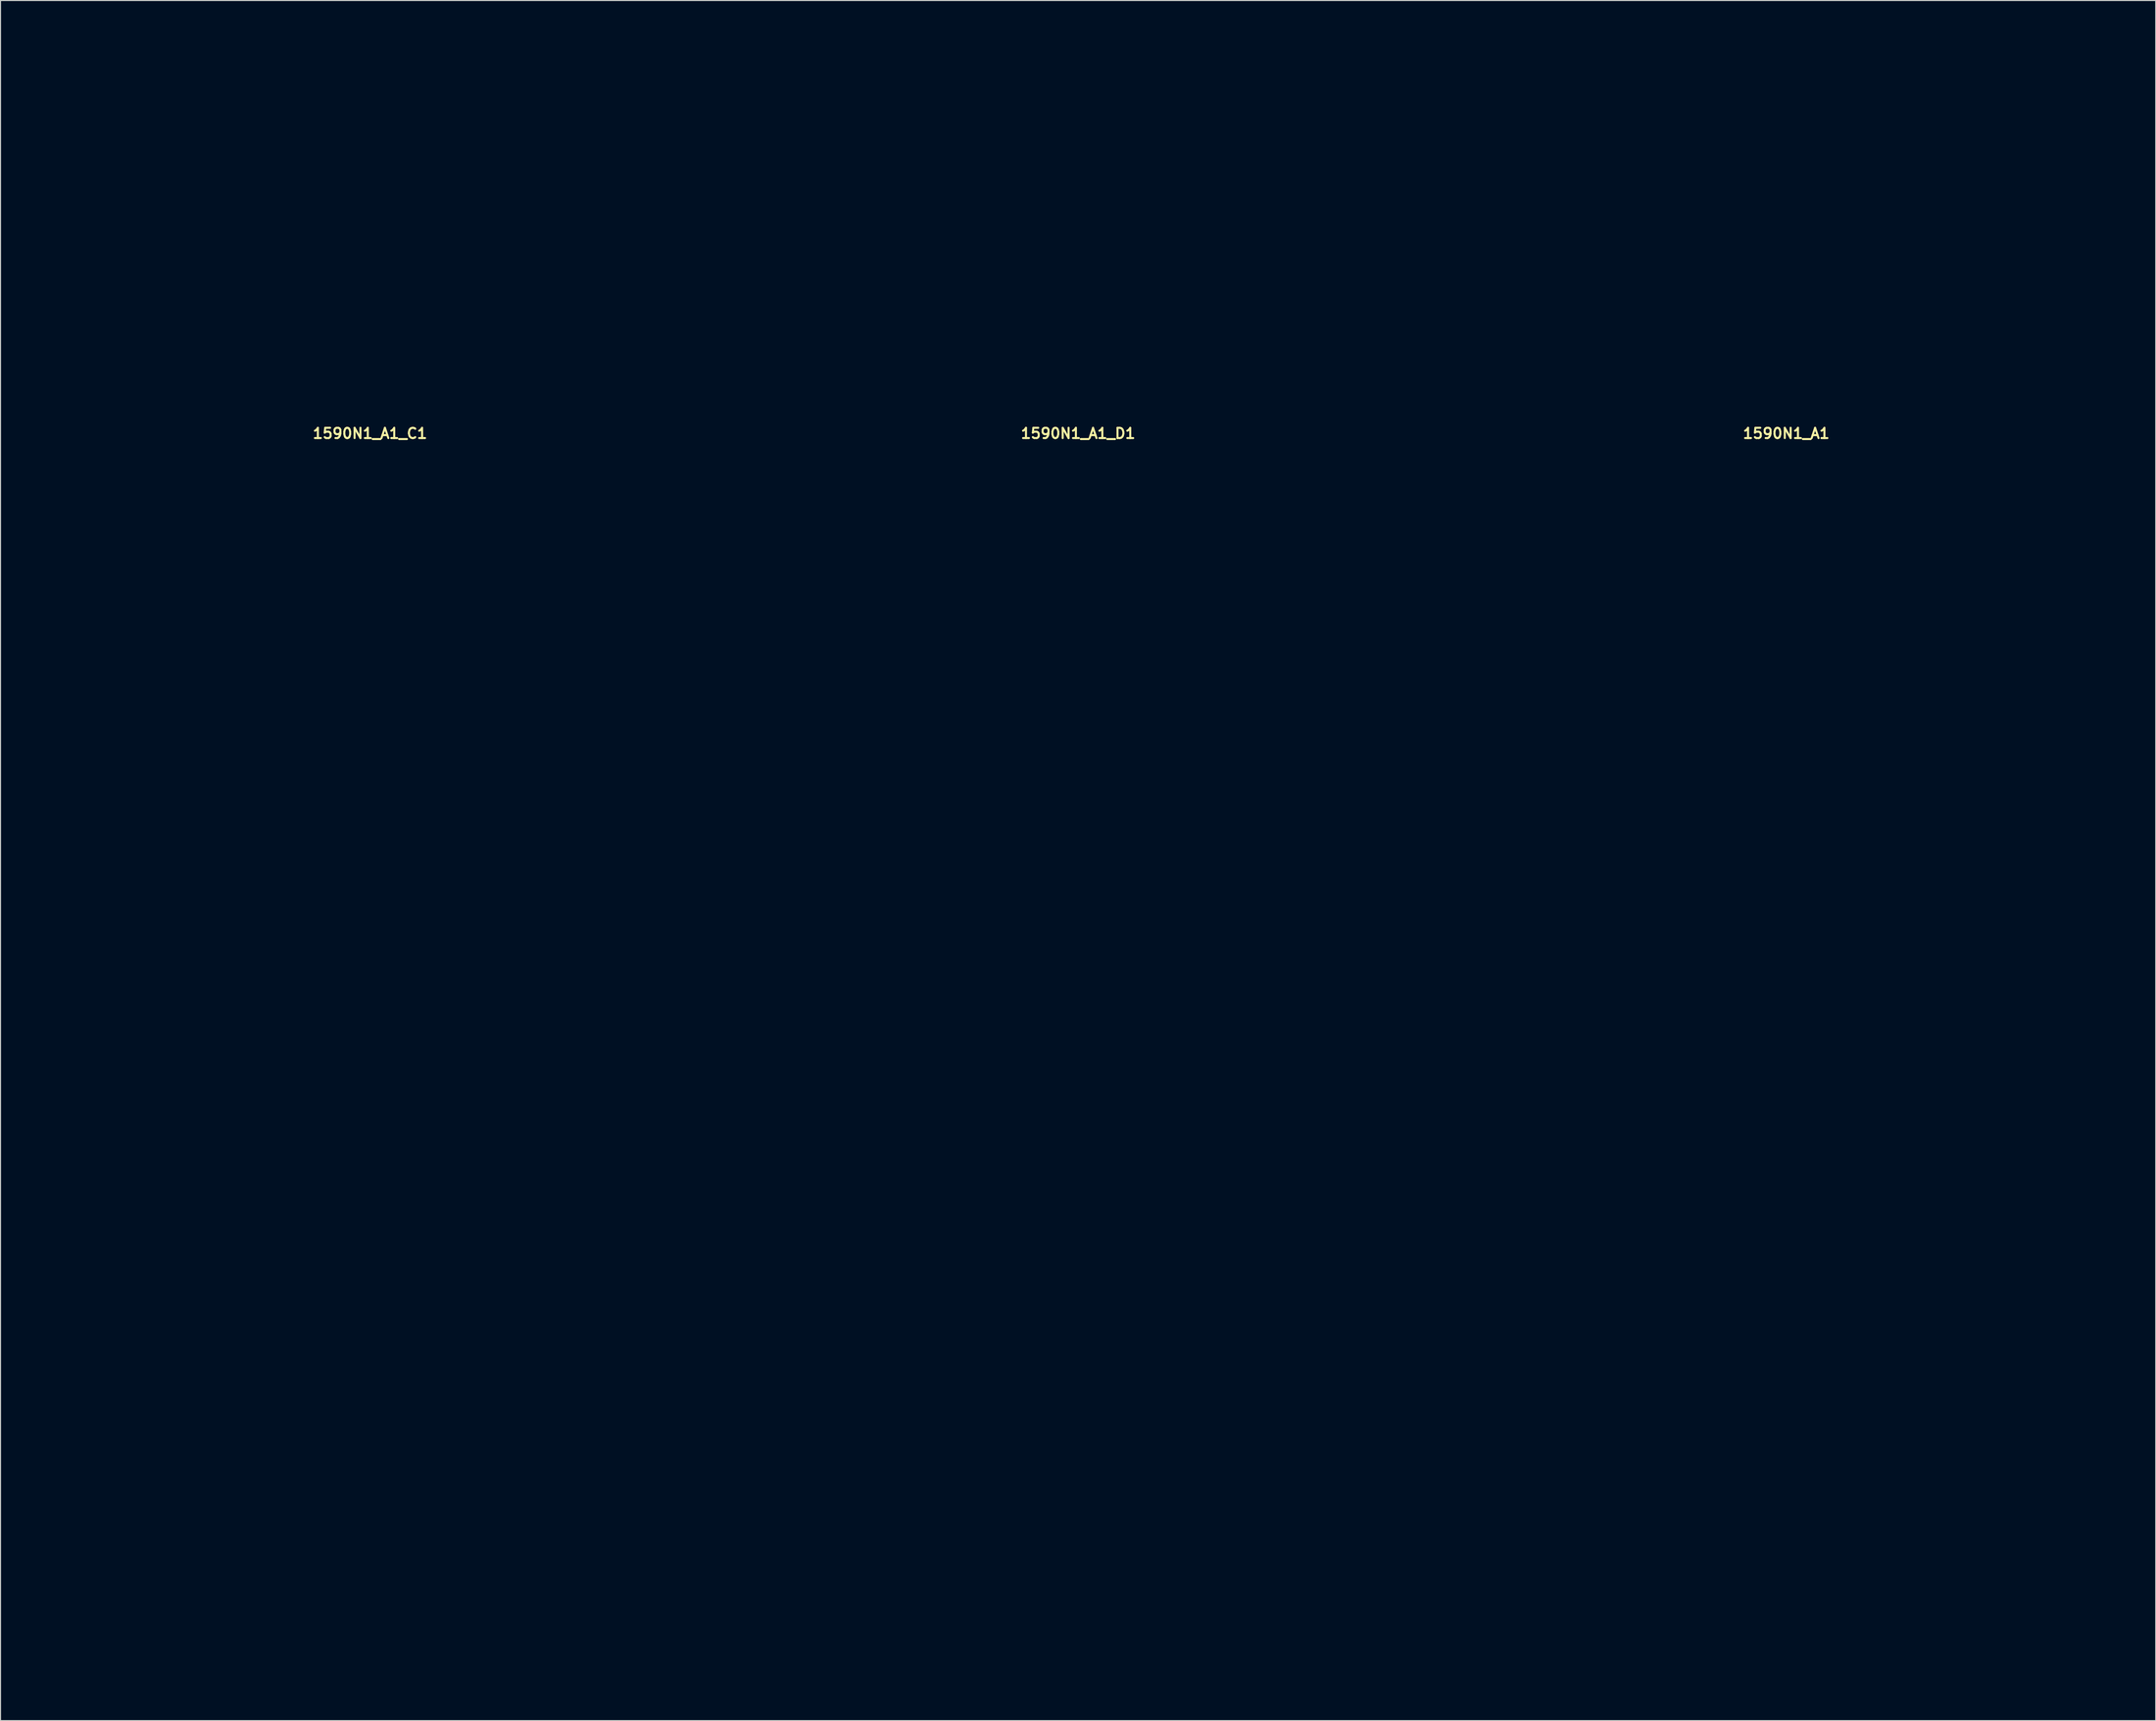
<source format=kicad_pcb>
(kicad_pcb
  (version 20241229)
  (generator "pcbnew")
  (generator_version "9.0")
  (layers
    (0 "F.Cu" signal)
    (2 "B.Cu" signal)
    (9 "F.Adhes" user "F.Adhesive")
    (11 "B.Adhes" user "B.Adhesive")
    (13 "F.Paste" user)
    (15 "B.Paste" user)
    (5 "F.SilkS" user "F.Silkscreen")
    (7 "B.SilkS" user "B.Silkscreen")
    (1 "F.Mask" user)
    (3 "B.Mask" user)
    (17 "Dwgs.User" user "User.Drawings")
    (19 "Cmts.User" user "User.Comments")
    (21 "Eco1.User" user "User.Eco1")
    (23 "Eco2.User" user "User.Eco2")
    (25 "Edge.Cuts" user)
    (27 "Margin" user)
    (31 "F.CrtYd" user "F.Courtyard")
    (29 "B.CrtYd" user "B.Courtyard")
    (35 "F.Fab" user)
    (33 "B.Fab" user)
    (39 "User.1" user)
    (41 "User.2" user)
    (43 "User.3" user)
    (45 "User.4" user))
  (footprint "1590N1_A1_D1"
    (layer "F.Cu")
    (at 101.85 100.6)
    (property "Reference" "1590N1_A1_D1" (at 0 -61.468 0) (layer "F.SilkS") (effects (font (size 1 1) (thickness 0.2))))
    (attr through_hole)
    (fp_line (start -32.75 -100.4) (end -32.75 -60.6) (stroke (width 0.4) (type solid)) (layer "Eco1.User"))
    (fp_line (start -32.75 -100.4) (end 32.75 -100.4) (stroke (width 0.4) (type solid)) (layer "Eco1.User"))
    (fp_line (start -32.75 -96.4) (end 32.75 -96.4) (stroke (width 0.4) (type solid)) (layer "Eco1.User"))
    (fp_line (start -32.75 -60.6) (end -32.75 60.6) (stroke (width 0.4) (type solid)) (layer "Eco1.User"))
    (fp_line (start -32.75 -60.6) (end 32.75 -60.6) (stroke (width 0.4) (type solid)) (layer "Eco1.User"))
    (fp_line (start -32.75 60.6) (end 32.75 60.6) (stroke (width 0.4) (type solid)) (layer "Eco1.User"))
    (fp_line (start -31.15 -59) (end -31.15 59) (stroke (width 0.4) (type solid)) (layer "Eco1.User"))
    (fp_line (start -31.15 -59) (end 31.15 -59) (stroke (width 0.4) (type solid)) (layer "Eco1.User"))
    (fp_line (start -31.15 -52) (end -27.75 -52) (stroke (width 0.4) (type solid)) (layer "Eco1.User"))
    (fp_line (start -31.15 52) (end -27.75 52) (stroke (width 0.4) (type solid)) (layer "Eco1.User"))
    (fp_line (start -31.15 59) (end 31.15 59) (stroke (width 0.4) (type solid)) (layer "Eco1.User"))
    (fp_line (start -24.75 -59) (end -24.75 -55) (stroke (width 0.4) (type solid)) (layer "Eco1.User"))
    (fp_line (start -24.75 55) (end -24.75 59) (stroke (width 0.4) (type solid)) (layer "Eco1.User"))
    (fp_line (start 24.75 -59) (end 24.75 -55) (stroke (width 0.4) (type solid)) (layer "Eco1.User"))
    (fp_line (start 24.75 55) (end 24.75 59) (stroke (width 0.4) (type solid)) (layer "Eco1.User"))
    (fp_line (start 27.75 -52) (end 31.15 -52) (stroke (width 0.4) (type solid)) (layer "Eco1.User"))
    (fp_line (start 27.75 52) (end 31.15 52) (stroke (width 0.4) (type solid)) (layer "Eco1.User"))
    (fp_line (start 31.15 -59) (end 31.15 59) (stroke (width 0.4) (type solid)) (layer "Eco1.User"))
    (fp_line (start 32.75 -100.4) (end 32.75 -60.6) (stroke (width 0.4) (type solid)) (layer "Eco1.User"))
    (fp_line (start 32.75 -60.6) (end 32.75 60.6) (stroke (width 0.4) (type solid)) (layer "Eco1.User"))
    (fp_arc (start -27.75 52) (mid -25.62868 52.87868) (end -24.75 55) (stroke (width 0.4) (type solid)) (layer "Eco1.User"))
    (fp_arc (start -24.75 -55) (mid -25.62868 -52.87868) (end -27.75 -52) (stroke (width 0.4) (type solid)) (layer "Eco1.User"))
    (fp_arc (start 24.75 55) (mid 25.62868 52.87868) (end 27.75 52) (stroke (width 0.4) (type solid)) (layer "Eco1.User"))
    (fp_arc (start 27.75 -52) (mid 25.62868 -52.87868) (end 24.75 -55) (stroke (width 0.4) (type solid)) (layer "Eco1.User"))
    (fp_circle (center -27.75 -55) (end -26 -55) (stroke (width 0.4) (type solid)) (fill no) (layer "Eco1.User"))
    (fp_circle (center -27.75 55) (end -26 55) (stroke (width 0.4) (type solid)) (fill no) (layer "Eco1.User"))
    (fp_circle (center -24.57 -1.27) (end -23.07 -1.27) (stroke (width 0.4) (type solid)) (fill no) (layer "Eco1.User"))
    (fp_circle (center -23.14 -31.55) (end -21.74 -31.55) (stroke (width 0.4) (type solid)) (fill no) (layer "Eco1.User"))
    (fp_circle (center -15.24 -86.9) (end -10.54 -86.9) (stroke (width 0.4) (type solid)) (fill no) (layer "Eco1.User"))
    (fp_circle (center -15.24 -31.55) (end -11.54 -31.55) (stroke (width 0.4) (type solid)) (fill no) (layer "Eco1.User"))
    (fp_circle (center -12.285 -1.27) (end -9.285 -1.27) (stroke (width 0.4) (type solid)) (fill no) (layer "Eco1.User"))
    (fp_circle (center 0 -86.9) (end 5.5 -86.9) (stroke (width 0.4) (type solid)) (fill no) (layer "Eco1.User"))
    (fp_circle (center 0 -1.27) (end 1.5 -1.27) (stroke (width 0.4) (type solid)) (fill no) (layer "Eco1.User"))
    (fp_circle (center 0 35.56) (end 6.5 35.56) (stroke (width 0.4) (type solid)) (fill no) (layer "Eco1.User"))
    (fp_circle (center 0 52.07) (end 2.65 52.07) (stroke (width 0.4) (type solid)) (fill no) (layer "Eco1.User"))
    (fp_circle (center 7.34 -31.55) (end 8.74 -31.55) (stroke (width 0.4) (type solid)) (fill no) (layer "Eco1.User"))
    (fp_circle (center 12.285 -1.27) (end 15.285 -1.27) (stroke (width 0.4) (type solid)) (fill no) (layer "Eco1.User"))
    (fp_circle (center 15.24 -86.9) (end 19.94 -86.9) (stroke (width 0.4) (type solid)) (fill no) (layer "Eco1.User"))
    (fp_circle (center 15.24 -31.55) (end 18.94 -31.55) (stroke (width 0.4) (type solid)) (fill no) (layer "Eco1.User"))
    (fp_circle (center 24.57 -1.27) (end 26.07 -1.27) (stroke (width 0.4) (type solid)) (fill no) (layer "Eco1.User"))
    (fp_circle (center 27.75 -55) (end 29.5 -55) (stroke (width 0.4) (type solid)) (fill no) (layer "Eco1.User"))
    (fp_circle (center 27.75 55) (end 29.5 55) (stroke (width 0.4) (type solid)) (fill no) (layer "Eco1.User")))
  (footprint "1590N1_A1"
    (layer "F.Cu")
    (at 170.75 100.6)
    (property "Reference" "1590N1_A1" (at 0 -61.468 0) (layer "F.SilkS") (effects (font (size 1 1) (thickness 0.2))))
    (attr through_hole)
    (fp_line (start -32.75 -100.4) (end -32.75 -60.6) (stroke (width 0.4) (type solid)) (layer "Eco1.User"))
    (fp_line (start -32.75 -100.4) (end 32.75 -100.4) (stroke (width 0.4) (type solid)) (layer "Eco1.User"))
    (fp_line (start -32.75 -96.4) (end 32.75 -96.4) (stroke (width 0.4) (type solid)) (layer "Eco1.User"))
    (fp_line (start -32.75 -60.6) (end -32.75 60.6) (stroke (width 0.4) (type solid)) (layer "Eco1.User"))
    (fp_line (start -32.75 -60.6) (end 32.75 -60.6) (stroke (width 0.4) (type solid)) (layer "Eco1.User"))
    (fp_line (start -32.75 60.6) (end 32.75 60.6) (stroke (width 0.4) (type solid)) (layer "Eco1.User"))
    (fp_line (start -31.15 -59) (end -31.15 59) (stroke (width 0.4) (type solid)) (layer "Eco1.User"))
    (fp_line (start -31.15 -59) (end 31.15 -59) (stroke (width 0.4) (type solid)) (layer "Eco1.User"))
    (fp_line (start -31.15 -52) (end -27.75 -52) (stroke (width 0.4) (type solid)) (layer "Eco1.User"))
    (fp_line (start -31.15 52) (end -27.75 52) (stroke (width 0.4) (type solid)) (layer "Eco1.User"))
    (fp_line (start -31.15 59) (end 31.15 59) (stroke (width 0.4) (type solid)) (layer "Eco1.User"))
    (fp_line (start -24.75 -59) (end -24.75 -55) (stroke (width 0.4) (type solid)) (layer "Eco1.User"))
    (fp_line (start -24.75 55) (end -24.75 59) (stroke (width 0.4) (type solid)) (layer "Eco1.User"))
    (fp_line (start 24.75 -59) (end 24.75 -55) (stroke (width 0.4) (type solid)) (layer "Eco1.User"))
    (fp_line (start 24.75 55) (end 24.75 59) (stroke (width 0.4) (type solid)) (layer "Eco1.User"))
    (fp_line (start 27.75 -52) (end 31.15 -52) (stroke (width 0.4) (type solid)) (layer "Eco1.User"))
    (fp_line (start 27.75 52) (end 31.15 52) (stroke (width 0.4) (type solid)) (layer "Eco1.User"))
    (fp_line (start 31.15 -59) (end 31.15 59) (stroke (width 0.4) (type solid)) (layer "Eco1.User"))
    (fp_line (start 32.75 -100.4) (end 32.75 -60.6) (stroke (width 0.4) (type solid)) (layer "Eco1.User"))
    (fp_line (start 32.75 -60.6) (end 32.75 60.6) (stroke (width 0.4) (type solid)) (layer "Eco1.User"))
    (fp_arc (start -27.75 52) (mid -25.62868 52.87868) (end -24.75 55) (stroke (width 0.4) (type solid)) (layer "Eco1.User"))
    (fp_arc (start -24.75 -55) (mid -25.62868 -52.87868) (end -27.75 -52) (stroke (width 0.4) (type solid)) (layer "Eco1.User"))
    (fp_arc (start 24.75 55) (mid 25.62868 52.87868) (end 27.75 52) (stroke (width 0.4) (type solid)) (layer "Eco1.User"))
    (fp_arc (start 27.75 -52) (mid 25.62868 -52.87868) (end 24.75 -55) (stroke (width 0.4) (type solid)) (layer "Eco1.User"))
    (fp_circle (center -27.75 -55) (end -26 -55) (stroke (width 0.4) (type solid)) (fill no) (layer "Eco1.User"))
    (fp_circle (center -27.75 55) (end -26 55) (stroke (width 0.4) (type solid)) (fill no) (layer "Eco1.User"))
    (fp_circle (center -15.24 -86.9) (end -10.54 -86.9) (stroke (width 0.4) (type solid)) (fill no) (layer "Eco1.User"))
    (fp_circle (center 0 -86.9) (end 5.5 -86.9) (stroke (width 0.4) (type solid)) (fill no) (layer "Eco1.User"))
    (fp_circle (center 15.24 -86.9) (end 19.94 -86.9) (stroke (width 0.4) (type solid)) (fill no) (layer "Eco1.User"))
    (fp_circle (center 27.75 -55) (end 29.5 -55) (stroke (width 0.4) (type solid)) (fill no) (layer "Eco1.User"))
    (fp_circle (center 27.75 55) (end 29.5 55) (stroke (width 0.4) (type solid)) (fill no) (layer "Eco1.User")))
  (footprint "1590N1_A1_C1"
    (layer "F.Cu")
    (at 32.95 100.6)
    (property "Reference" "1590N1_A1_C1" (at 0 -61.468 0) (layer "F.SilkS") (effects (font (size 1 1) (thickness 0.2))))
    (attr through_hole)
    (fp_line (start -32.75 -100.4) (end -32.75 -60.6) (stroke (width 0.4) (type solid)) (layer "Eco1.User"))
    (fp_line (start -32.75 -100.4) (end 32.75 -100.4) (stroke (width 0.4) (type solid)) (layer "Eco1.User"))
    (fp_line (start -32.75 -96.4) (end 32.75 -96.4) (stroke (width 0.4) (type solid)) (layer "Eco1.User"))
    (fp_line (start -32.75 -60.6) (end -32.75 60.6) (stroke (width 0.4) (type solid)) (layer "Eco1.User"))
    (fp_line (start -32.75 -60.6) (end 32.75 -60.6) (stroke (width 0.4) (type solid)) (layer "Eco1.User"))
    (fp_line (start -32.75 60.6) (end 32.75 60.6) (stroke (width 0.4) (type solid)) (layer "Eco1.User"))
    (fp_line (start -31.15 -59) (end -31.15 59) (stroke (width 0.4) (type solid)) (layer "Eco1.User"))
    (fp_line (start -31.15 -59) (end 31.15 -59) (stroke (width 0.4) (type solid)) (layer "Eco1.User"))
    (fp_line (start -31.15 -52) (end -27.75 -52) (stroke (width 0.4) (type solid)) (layer "Eco1.User"))
    (fp_line (start -31.15 52) (end -27.75 52) (stroke (width 0.4) (type solid)) (layer "Eco1.User"))
    (fp_line (start -31.15 59) (end 31.15 59) (stroke (width 0.4) (type solid)) (layer "Eco1.User"))
    (fp_line (start -24.75 -59) (end -24.75 -55) (stroke (width 0.4) (type solid)) (layer "Eco1.User"))
    (fp_line (start -24.75 55) (end -24.75 59) (stroke (width 0.4) (type solid)) (layer "Eco1.User"))
    (fp_line (start 24.75 -59) (end 24.75 -55) (stroke (width 0.4) (type solid)) (layer "Eco1.User"))
    (fp_line (start 24.75 55) (end 24.75 59) (stroke (width 0.4) (type solid)) (layer "Eco1.User"))
    (fp_line (start 27.75 -52) (end 31.15 -52) (stroke (width 0.4) (type solid)) (layer "Eco1.User"))
    (fp_line (start 27.75 52) (end 31.15 52) (stroke (width 0.4) (type solid)) (layer "Eco1.User"))
    (fp_line (start 31.15 -59) (end 31.15 59) (stroke (width 0.4) (type solid)) (layer "Eco1.User"))
    (fp_line (start 32.75 -100.4) (end 32.75 -60.6) (stroke (width 0.4) (type solid)) (layer "Eco1.User"))
    (fp_line (start 32.75 -60.6) (end 32.75 60.6) (stroke (width 0.4) (type solid)) (layer "Eco1.User"))
    (fp_arc (start -27.75 52) (mid -25.62868 52.87868) (end -24.75 55) (stroke (width 0.4) (type solid)) (layer "Eco1.User"))
    (fp_arc (start -24.75 -55) (mid -25.62868 -52.87868) (end -27.75 -52) (stroke (width 0.4) (type solid)) (layer "Eco1.User"))
    (fp_arc (start 24.75 55) (mid 25.62868 52.87868) (end 27.75 52) (stroke (width 0.4) (type solid)) (layer "Eco1.User"))
    (fp_arc (start 27.75 -52) (mid 25.62868 -52.87868) (end 24.75 -55) (stroke (width 0.4) (type solid)) (layer "Eco1.User"))
    (fp_circle (center -27.75 -55) (end -26 -55) (stroke (width 0.4) (type solid)) (fill no) (layer "Eco1.User"))
    (fp_circle (center -27.75 55) (end -26 55) (stroke (width 0.4) (type solid)) (fill no) (layer "Eco1.User"))
    (fp_circle (center -24.57 -1.27) (end -23.07 -1.27) (stroke (width 0.4) (type solid)) (fill no) (layer "Eco1.User"))
    (fp_circle (center -23.14 -31.55) (end -21.74 -31.55) (stroke (width 0.4) (type solid)) (fill no) (layer "Eco1.User"))
    (fp_circle (center -15.24 -86.9) (end -10.54 -86.9) (stroke (width 0.4) (type solid)) (fill no) (layer "Eco1.User"))
    (fp_circle (center -15.24 -31.55) (end -11.54 -31.55) (stroke (width 0.4) (type solid)) (fill no) (layer "Eco1.User"))
    (fp_circle (center 0 -86.9) (end 5.5 -86.9) (stroke (width 0.4) (type solid)) (fill no) (layer "Eco1.User"))
    (fp_circle (center 0 35.56) (end 6.5 35.56) (stroke (width 0.4) (type solid)) (fill no) (layer "Eco1.User"))
    (fp_circle (center 0 52.07) (end 2.65 52.07) (stroke (width 0.4) (type solid)) (fill no) (layer "Eco1.User"))
    (fp_circle (center 7.34 -31.55) (end 8.74 -31.55) (stroke (width 0.4) (type solid)) (fill no) (layer "Eco1.User"))
    (fp_circle (center 15.24 -86.9) (end 19.94 -86.9) (stroke (width 0.4) (type solid)) (fill no) (layer "Eco1.User"))
    (fp_circle (center 15.24 -31.55) (end 18.94 -31.55) (stroke (width 0.4) (type solid)) (fill no) (layer "Eco1.User"))
    (fp_circle (center 24.57 -1.27) (end 26.07 -1.27) (stroke (width 0.4) (type solid)) (fill no) (layer "Eco1.User"))
    (fp_circle (center 27.75 -55) (end 29.5 -55) (stroke (width 0.4) (type solid)) (fill no) (layer "Eco1.User"))
    (fp_circle (center 27.75 55) (end 29.5 55) (stroke (width 0.4) (type solid)) (fill no) (layer "Eco1.User")))
  (gr_rect
    (start -3 -3)
    (end 206.7 164.4)
    (stroke (width 0.1) (type default))
    (fill no)
    (layer "Edge.Cuts")))
</source>
